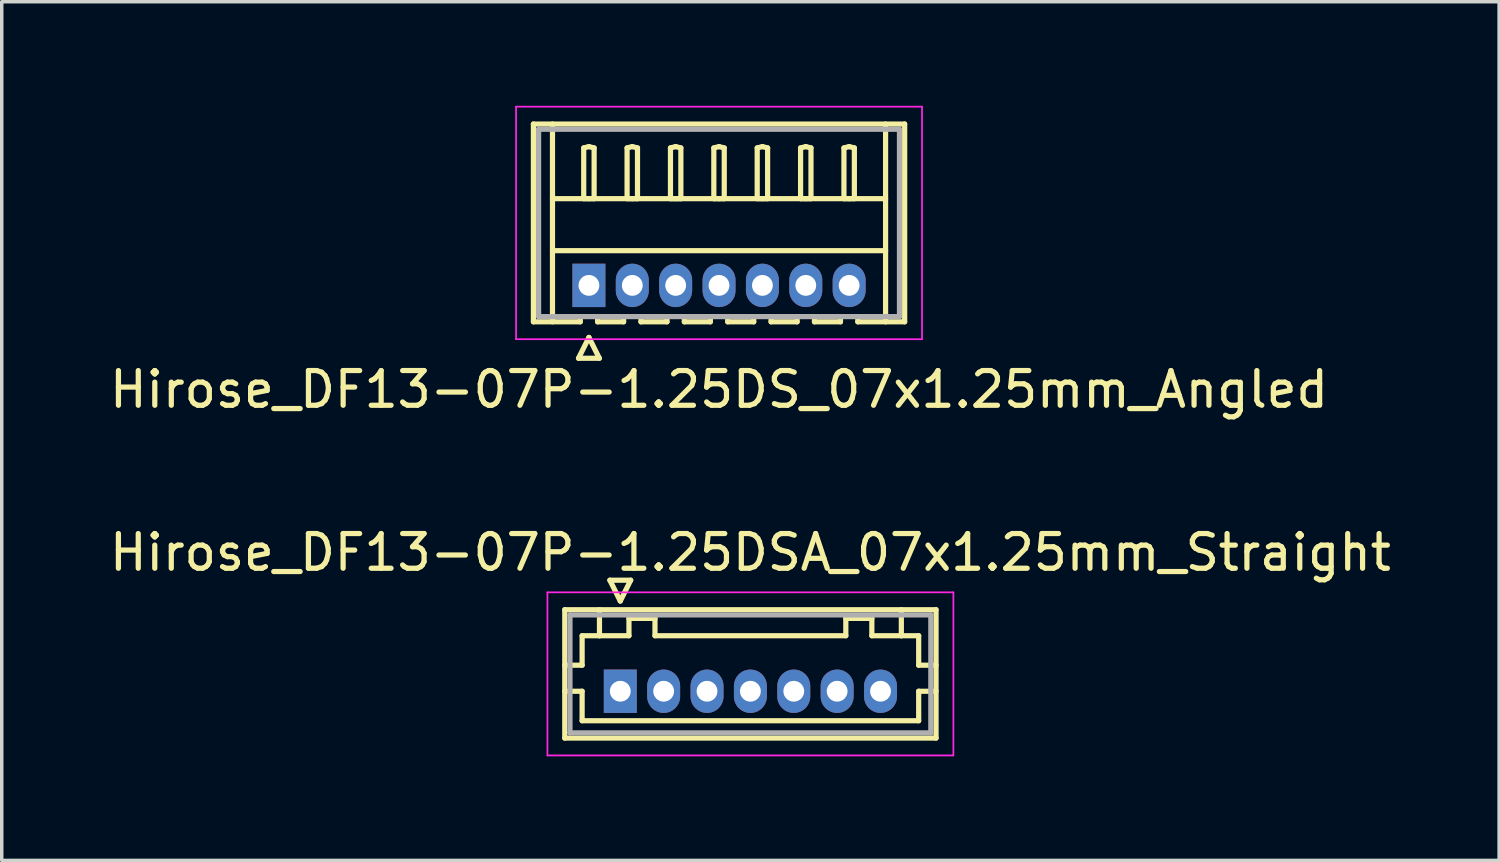
<source format=kicad_pcb>
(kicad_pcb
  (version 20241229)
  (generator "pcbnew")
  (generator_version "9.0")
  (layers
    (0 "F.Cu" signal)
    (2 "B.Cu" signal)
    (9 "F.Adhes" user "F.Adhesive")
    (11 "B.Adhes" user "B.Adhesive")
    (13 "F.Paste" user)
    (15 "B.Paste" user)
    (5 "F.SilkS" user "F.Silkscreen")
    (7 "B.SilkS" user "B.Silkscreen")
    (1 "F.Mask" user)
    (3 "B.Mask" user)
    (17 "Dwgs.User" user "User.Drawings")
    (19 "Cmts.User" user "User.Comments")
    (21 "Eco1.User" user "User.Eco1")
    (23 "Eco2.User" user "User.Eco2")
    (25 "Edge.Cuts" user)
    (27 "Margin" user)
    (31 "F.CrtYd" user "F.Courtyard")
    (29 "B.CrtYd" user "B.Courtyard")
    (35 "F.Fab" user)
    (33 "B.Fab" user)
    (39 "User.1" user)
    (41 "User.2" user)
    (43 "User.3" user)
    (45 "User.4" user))
  (footprint "Hirose_DF13-07P-1.25DS_07x1.25mm_Angled"
    (layer "F.Cu")
    (at 13.923 5.175)
    (property "Reference" "Hirose_DF13-07P-1.25DS_07x1.25mm_Angled" (at 3.75 3 0) (layer "F.SilkS") (effects (font (size 1 1) (thickness 0.15))))
    (attr through_hole)
    (fp_line (start -1.6 -4.65) (end 9.1 -4.65) (stroke (width 0.15) (type solid)) (layer "F.SilkS"))
    (fp_line (start -1.6 1.05) (end -1.6 -4.65) (stroke (width 0.15) (type solid)) (layer "F.SilkS"))
    (fp_line (start -1.05 -4.65) (end -1.05 1.05) (stroke (width 0.15) (type solid)) (layer "F.SilkS"))
    (fp_line (start -1.05 -2.5) (end 8.55 -2.5) (stroke (width 0.15) (type solid)) (layer "F.SilkS"))
    (fp_line (start -1.05 -1) (end 8.55 -1) (stroke (width 0.15) (type solid)) (layer "F.SilkS"))
    (fp_line (start -0.3 2.1) (end 0.3 2.1) (stroke (width 0.15) (type solid)) (layer "F.SilkS"))
    (fp_line (start -0.25 0.9) (end -0.25 1.05) (stroke (width 0.15) (type solid)) (layer "F.SilkS"))
    (fp_line (start -0.25 1.05) (end -1.6 1.05) (stroke (width 0.15) (type solid)) (layer "F.SilkS"))
    (fp_line (start -0.15 -3.962) (end 0 -4) (stroke (width 0.15) (type solid)) (layer "F.SilkS"))
    (fp_line (start -0.15 -2.5) (end -0.15 -3.962) (stroke (width 0.15) (type solid)) (layer "F.SilkS"))
    (fp_line (start 0 -4) (end 0.15 -3.962) (stroke (width 0.15) (type solid)) (layer "F.SilkS"))
    (fp_line (start 0 -2.5) (end -0.15 -2.5) (stroke (width 0.15) (type solid)) (layer "F.SilkS"))
    (fp_line (start 0 1.5) (end -0.3 2.1) (stroke (width 0.15) (type solid)) (layer "F.SilkS"))
    (fp_line (start 0.15 -3.962) (end 0.15 -2.5) (stroke (width 0.15) (type solid)) (layer "F.SilkS"))
    (fp_line (start 0.15 -2.5) (end 0 -2.5) (stroke (width 0.15) (type solid)) (layer "F.SilkS"))
    (fp_line (start 0.25 0.9) (end 0.25 1.05) (stroke (width 0.15) (type solid)) (layer "F.SilkS"))
    (fp_line (start 0.25 1.05) (end 1 1.05) (stroke (width 0.15) (type solid)) (layer "F.SilkS"))
    (fp_line (start 0.3 2.1) (end 0 1.5) (stroke (width 0.15) (type solid)) (layer "F.SilkS"))
    (fp_line (start 1 1.05) (end 1 0.9) (stroke (width 0.15) (type solid)) (layer "F.SilkS"))
    (fp_line (start 1.1 -3.962) (end 1.25 -4) (stroke (width 0.15) (type solid)) (layer "F.SilkS"))
    (fp_line (start 1.1 -2.5) (end 1.1 -3.962) (stroke (width 0.15) (type solid)) (layer "F.SilkS"))
    (fp_line (start 1.25 -4) (end 1.4 -3.962) (stroke (width 0.15) (type solid)) (layer "F.SilkS"))
    (fp_line (start 1.25 -2.5) (end 1.1 -2.5) (stroke (width 0.15) (type solid)) (layer "F.SilkS"))
    (fp_line (start 1.4 -3.962) (end 1.4 -2.5) (stroke (width 0.15) (type solid)) (layer "F.SilkS"))
    (fp_line (start 1.4 -2.5) (end 1.25 -2.5) (stroke (width 0.15) (type solid)) (layer "F.SilkS"))
    (fp_line (start 1.5 0.9) (end 1.5 1.05) (stroke (width 0.15) (type solid)) (layer "F.SilkS"))
    (fp_line (start 1.5 1.05) (end 2.25 1.05) (stroke (width 0.15) (type solid)) (layer "F.SilkS"))
    (fp_line (start 2.25 1.05) (end 2.25 0.9) (stroke (width 0.15) (type solid)) (layer "F.SilkS"))
    (fp_line (start 2.35 -3.962) (end 2.5 -4) (stroke (width 0.15) (type solid)) (layer "F.SilkS"))
    (fp_line (start 2.35 -2.5) (end 2.35 -3.962) (stroke (width 0.15) (type solid)) (layer "F.SilkS"))
    (fp_line (start 2.5 -4) (end 2.65 -3.962) (stroke (width 0.15) (type solid)) (layer "F.SilkS"))
    (fp_line (start 2.5 -2.5) (end 2.35 -2.5) (stroke (width 0.15) (type solid)) (layer "F.SilkS"))
    (fp_line (start 2.65 -3.962) (end 2.65 -2.5) (stroke (width 0.15) (type solid)) (layer "F.SilkS"))
    (fp_line (start 2.65 -2.5) (end 2.5 -2.5) (stroke (width 0.15) (type solid)) (layer "F.SilkS"))
    (fp_line (start 2.75 0.9) (end 2.75 1.05) (stroke (width 0.15) (type solid)) (layer "F.SilkS"))
    (fp_line (start 2.75 1.05) (end 3.5 1.05) (stroke (width 0.15) (type solid)) (layer "F.SilkS"))
    (fp_line (start 3.5 1.05) (end 3.5 0.9) (stroke (width 0.15) (type solid)) (layer "F.SilkS"))
    (fp_line (start 3.6 -3.962) (end 3.75 -4) (stroke (width 0.15) (type solid)) (layer "F.SilkS"))
    (fp_line (start 3.6 -2.5) (end 3.6 -3.962) (stroke (width 0.15) (type solid)) (layer "F.SilkS"))
    (fp_line (start 3.75 -4) (end 3.9 -3.962) (stroke (width 0.15) (type solid)) (layer "F.SilkS"))
    (fp_line (start 3.75 -2.5) (end 3.6 -2.5) (stroke (width 0.15) (type solid)) (layer "F.SilkS"))
    (fp_line (start 3.9 -3.962) (end 3.9 -2.5) (stroke (width 0.15) (type solid)) (layer "F.SilkS"))
    (fp_line (start 3.9 -2.5) (end 3.75 -2.5) (stroke (width 0.15) (type solid)) (layer "F.SilkS"))
    (fp_line (start 4 0.9) (end 4 1.05) (stroke (width 0.15) (type solid)) (layer "F.SilkS"))
    (fp_line (start 4 1.05) (end 4.75 1.05) (stroke (width 0.15) (type solid)) (layer "F.SilkS"))
    (fp_line (start 4.75 1.05) (end 4.75 0.9) (stroke (width 0.15) (type solid)) (layer "F.SilkS"))
    (fp_line (start 4.85 -3.962) (end 5 -4) (stroke (width 0.15) (type solid)) (layer "F.SilkS"))
    (fp_line (start 4.85 -2.5) (end 4.85 -3.962) (stroke (width 0.15) (type solid)) (layer "F.SilkS"))
    (fp_line (start 5 -4) (end 5.15 -3.962) (stroke (width 0.15) (type solid)) (layer "F.SilkS"))
    (fp_line (start 5 -2.5) (end 4.85 -2.5) (stroke (width 0.15) (type solid)) (layer "F.SilkS"))
    (fp_line (start 5.15 -3.962) (end 5.15 -2.5) (stroke (width 0.15) (type solid)) (layer "F.SilkS"))
    (fp_line (start 5.15 -2.5) (end 5 -2.5) (stroke (width 0.15) (type solid)) (layer "F.SilkS"))
    (fp_line (start 5.25 0.9) (end 5.25 1.05) (stroke (width 0.15) (type solid)) (layer "F.SilkS"))
    (fp_line (start 5.25 1.05) (end 6 1.05) (stroke (width 0.15) (type solid)) (layer "F.SilkS"))
    (fp_line (start 6 1.05) (end 6 0.9) (stroke (width 0.15) (type solid)) (layer "F.SilkS"))
    (fp_line (start 6.1 -3.962) (end 6.25 -4) (stroke (width 0.15) (type solid)) (layer "F.SilkS"))
    (fp_line (start 6.1 -2.5) (end 6.1 -3.962) (stroke (width 0.15) (type solid)) (layer "F.SilkS"))
    (fp_line (start 6.25 -4) (end 6.4 -3.962) (stroke (width 0.15) (type solid)) (layer "F.SilkS"))
    (fp_line (start 6.25 -2.5) (end 6.1 -2.5) (stroke (width 0.15) (type solid)) (layer "F.SilkS"))
    (fp_line (start 6.4 -3.962) (end 6.4 -2.5) (stroke (width 0.15) (type solid)) (layer "F.SilkS"))
    (fp_line (start 6.4 -2.5) (end 6.25 -2.5) (stroke (width 0.15) (type solid)) (layer "F.SilkS"))
    (fp_line (start 6.5 0.9) (end 6.5 1.05) (stroke (width 0.15) (type solid)) (layer "F.SilkS"))
    (fp_line (start 6.5 1.05) (end 7.25 1.05) (stroke (width 0.15) (type solid)) (layer "F.SilkS"))
    (fp_line (start 7.25 1.05) (end 7.25 0.9) (stroke (width 0.15) (type solid)) (layer "F.SilkS"))
    (fp_line (start 7.35 -3.962) (end 7.5 -4) (stroke (width 0.15) (type solid)) (layer "F.SilkS"))
    (fp_line (start 7.35 -2.5) (end 7.35 -3.962) (stroke (width 0.15) (type solid)) (layer "F.SilkS"))
    (fp_line (start 7.5 -4) (end 7.65 -3.962) (stroke (width 0.15) (type solid)) (layer "F.SilkS"))
    (fp_line (start 7.5 -2.5) (end 7.35 -2.5) (stroke (width 0.15) (type solid)) (layer "F.SilkS"))
    (fp_line (start 7.65 -3.962) (end 7.65 -2.5) (stroke (width 0.15) (type solid)) (layer "F.SilkS"))
    (fp_line (start 7.65 -2.5) (end 7.5 -2.5) (stroke (width 0.15) (type solid)) (layer "F.SilkS"))
    (fp_line (start 7.75 1.05) (end 7.75 0.9) (stroke (width 0.15) (type solid)) (layer "F.SilkS"))
    (fp_line (start 8.55 -4.65) (end 8.55 1.05) (stroke (width 0.15) (type solid)) (layer "F.SilkS"))
    (fp_line (start 9.1 -4.65) (end 9.1 1.05) (stroke (width 0.15) (type solid)) (layer "F.SilkS"))
    (fp_line (start 9.1 1.05) (end 7.75 1.05) (stroke (width 0.15) (type solid)) (layer "F.SilkS"))
    (fp_line (start -2.1 -5.15) (end -2.1 1.55) (stroke (width 0.05) (type solid)) (layer "F.CrtYd"))
    (fp_line (start -2.1 1.55) (end 9.6 1.55) (stroke (width 0.05) (type solid)) (layer "F.CrtYd"))
    (fp_line (start 9.6 -5.15) (end -2.1 -5.15) (stroke (width 0.05) (type solid)) (layer "F.CrtYd"))
    (fp_line (start 9.6 1.55) (end 9.6 -5.15) (stroke (width 0.05) (type solid)) (layer "F.CrtYd"))
    (fp_line (start -1.45 -4.5) (end -1.45 0.9) (stroke (width 0.15) (type solid)) (layer "F.Fab"))
    (fp_line (start -1.45 0.9) (end 8.95 0.9) (stroke (width 0.15) (type solid)) (layer "F.Fab"))
    (fp_line (start 8.95 -4.5) (end -1.45 -4.5) (stroke (width 0.15) (type solid)) (layer "F.Fab"))
    (fp_line (start 8.95 0.9) (end 8.95 -4.5) (stroke (width 0.15) (type solid)) (layer "F.Fab"))
    (pad "1" thru_hole rect (at 0 0) (size 0.95 1.25) (drill 0.6) (layers "*.Cu" "*.Mask"))
    (pad "2" thru_hole oval (at 1.25 0) (size 0.95 1.25) (drill 0.6) (layers "*.Cu" "*.Mask"))
    (pad "3" thru_hole oval (at 2.5 0) (size 0.95 1.25) (drill 0.6) (layers "*.Cu" "*.Mask"))
    (pad "4" thru_hole oval (at 3.75 0) (size 0.95 1.25) (drill 0.6) (layers "*.Cu" "*.Mask"))
    (pad "5" thru_hole oval (at 5 0) (size 0.95 1.25) (drill 0.6) (layers "*.Cu" "*.Mask"))
    (pad "6" thru_hole oval (at 6.25 0) (size 0.95 1.25) (drill 0.6) (layers "*.Cu" "*.Mask"))
    (pad "7" thru_hole oval (at 7.5 0) (size 0.95 1.25) (drill 0.6) (layers "*.Cu" "*.Mask")))
  (footprint "Hirose_DF13-07P-1.25DSA_07x1.25mm_Straight"
    (layer "F.Cu")
    (at 14.827 16.872)
    (property "Reference" "Hirose_DF13-07P-1.25DSA_07x1.25mm_Straight" (at 3.75 -4 0) (layer "F.SilkS") (effects (font (size 1 1) (thickness 0.15))))
    (attr through_hole)
    (fp_line (start -1.6 -2.35) (end -1.6 1.35) (stroke (width 0.15) (type solid)) (layer "F.SilkS"))
    (fp_line (start -1.6 -0.75) (end -1.1 -0.75) (stroke (width 0.15) (type solid)) (layer "F.SilkS"))
    (fp_line (start -1.6 0) (end -1.1 0) (stroke (width 0.15) (type solid)) (layer "F.SilkS"))
    (fp_line (start -1.6 1.35) (end 9.1 1.35) (stroke (width 0.15) (type solid)) (layer "F.SilkS"))
    (fp_line (start -1.1 -1.6) (end -0.6 -1.6) (stroke (width 0.15) (type solid)) (layer "F.SilkS"))
    (fp_line (start -1.1 -0.75) (end -1.1 -1.6) (stroke (width 0.15) (type solid)) (layer "F.SilkS"))
    (fp_line (start -1.1 0) (end -1.1 0.85) (stroke (width 0.15) (type solid)) (layer "F.SilkS"))
    (fp_line (start -1.1 0.85) (end 8.6 0.85) (stroke (width 0.15) (type solid)) (layer "F.SilkS"))
    (fp_line (start -0.6 -1.6) (end -0.6 -2.35) (stroke (width 0.15) (type solid)) (layer "F.SilkS"))
    (fp_line (start -0.6 -1.6) (end 0.25 -1.6) (stroke (width 0.15) (type solid)) (layer "F.SilkS"))
    (fp_line (start -0.3 -3.2) (end 0.3 -3.2) (stroke (width 0.15) (type solid)) (layer "F.SilkS"))
    (fp_line (start 0 -2.6) (end -0.3 -3.2) (stroke (width 0.15) (type solid)) (layer "F.SilkS"))
    (fp_line (start 0.25 -2.1) (end 1 -2.1) (stroke (width 0.15) (type solid)) (layer "F.SilkS"))
    (fp_line (start 0.25 -1.6) (end 0.25 -2.1) (stroke (width 0.15) (type solid)) (layer "F.SilkS"))
    (fp_line (start 0.3 -3.2) (end 0 -2.6) (stroke (width 0.15) (type solid)) (layer "F.SilkS"))
    (fp_line (start 1 -2.1) (end 1 -1.6) (stroke (width 0.15) (type solid)) (layer "F.SilkS"))
    (fp_line (start 1 -1.6) (end 6.5 -1.6) (stroke (width 0.15) (type solid)) (layer "F.SilkS"))
    (fp_line (start 6.5 -2.1) (end 7.25 -2.1) (stroke (width 0.15) (type solid)) (layer "F.SilkS"))
    (fp_line (start 6.5 -1.6) (end 6.5 -2.1) (stroke (width 0.15) (type solid)) (layer "F.SilkS"))
    (fp_line (start 7.25 -2.1) (end 7.25 -1.6) (stroke (width 0.15) (type solid)) (layer "F.SilkS"))
    (fp_line (start 7.25 -1.6) (end 8.1 -1.6) (stroke (width 0.15) (type solid)) (layer "F.SilkS"))
    (fp_line (start 8.1 -1.6) (end 8.1 -2.35) (stroke (width 0.15) (type solid)) (layer "F.SilkS"))
    (fp_line (start 8.6 -1.6) (end 8.1 -1.6) (stroke (width 0.15) (type solid)) (layer "F.SilkS"))
    (fp_line (start 8.6 -0.75) (end 8.6 -1.6) (stroke (width 0.15) (type solid)) (layer "F.SilkS"))
    (fp_line (start 8.6 0) (end 9.1 0) (stroke (width 0.15) (type solid)) (layer "F.SilkS"))
    (fp_line (start 8.6 0.85) (end 8.6 0) (stroke (width 0.15) (type solid)) (layer "F.SilkS"))
    (fp_line (start 9.1 -2.35) (end -1.6 -2.35) (stroke (width 0.15) (type solid)) (layer "F.SilkS"))
    (fp_line (start 9.1 -0.75) (end 8.6 -0.75) (stroke (width 0.15) (type solid)) (layer "F.SilkS"))
    (fp_line (start 9.1 1.35) (end 9.1 -2.35) (stroke (width 0.15) (type solid)) (layer "F.SilkS"))
    (fp_line (start -2.1 -2.85) (end -2.1 1.85) (stroke (width 0.05) (type solid)) (layer "F.CrtYd"))
    (fp_line (start -2.1 1.85) (end 9.6 1.85) (stroke (width 0.05) (type solid)) (layer "F.CrtYd"))
    (fp_line (start 9.6 -2.85) (end -2.1 -2.85) (stroke (width 0.05) (type solid)) (layer "F.CrtYd"))
    (fp_line (start 9.6 1.85) (end 9.6 -2.85) (stroke (width 0.05) (type solid)) (layer "F.CrtYd"))
    (fp_line (start -1.45 -2.2) (end -1.45 1.2) (stroke (width 0.15) (type solid)) (layer "F.Fab"))
    (fp_line (start -1.45 1.2) (end 8.95 1.2) (stroke (width 0.15) (type solid)) (layer "F.Fab"))
    (fp_line (start 8.95 -2.2) (end -1.45 -2.2) (stroke (width 0.15) (type solid)) (layer "F.Fab"))
    (fp_line (start 8.95 1.2) (end 8.95 -2.2) (stroke (width 0.15) (type solid)) (layer "F.Fab"))
    (pad "1" thru_hole rect (at 0 0) (size 0.95 1.25) (drill 0.6) (layers "*.Cu" "*.Mask"))
    (pad "2" thru_hole oval (at 1.25 0) (size 0.95 1.25) (drill 0.6) (layers "*.Cu" "*.Mask"))
    (pad "3" thru_hole oval (at 2.5 0) (size 0.95 1.25) (drill 0.6) (layers "*.Cu" "*.Mask"))
    (pad "4" thru_hole oval (at 3.75 0) (size 0.95 1.25) (drill 0.6) (layers "*.Cu" "*.Mask"))
    (pad "5" thru_hole oval (at 5 0) (size 0.95 1.25) (drill 0.6) (layers "*.Cu" "*.Mask"))
    (pad "6" thru_hole oval (at 6.25 0) (size 0.95 1.25) (drill 0.6) (layers "*.Cu" "*.Mask"))
    (pad "7" thru_hole oval (at 7.5 0) (size 0.95 1.25) (drill 0.6) (layers "*.Cu" "*.Mask")))
  (gr_rect
    (start -3 -3)
    (end 40.155 21.747)
    (stroke (width 0.1) (type default))
    (fill no)
    (layer "Edge.Cuts")))
</source>
